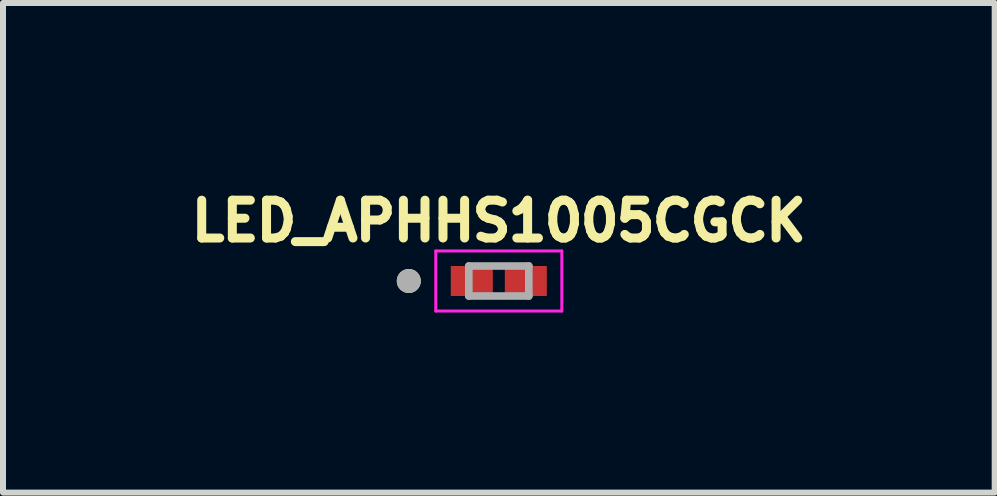
<source format=kicad_pcb>
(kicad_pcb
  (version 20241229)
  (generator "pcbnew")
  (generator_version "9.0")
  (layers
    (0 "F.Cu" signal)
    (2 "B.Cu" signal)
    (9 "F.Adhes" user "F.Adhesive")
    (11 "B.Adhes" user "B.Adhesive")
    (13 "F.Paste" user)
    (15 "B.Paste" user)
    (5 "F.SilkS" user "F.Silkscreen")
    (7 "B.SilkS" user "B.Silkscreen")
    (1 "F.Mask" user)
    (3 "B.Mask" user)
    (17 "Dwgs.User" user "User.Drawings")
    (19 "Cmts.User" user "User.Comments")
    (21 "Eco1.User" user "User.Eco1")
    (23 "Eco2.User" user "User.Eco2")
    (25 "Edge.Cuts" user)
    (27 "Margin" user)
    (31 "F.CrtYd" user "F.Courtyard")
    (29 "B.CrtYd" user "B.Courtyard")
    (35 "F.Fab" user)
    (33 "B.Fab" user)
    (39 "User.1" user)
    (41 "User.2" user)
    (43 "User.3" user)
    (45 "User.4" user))
  (footprint "LED_APHHS1005CGCK"
    (layer "F.Cu")
    (at 5.261 1.632)
    (property "Reference" "LED_APHHS1005CGCK" (at 0 -1 0) (layer "F.SilkS") (effects (font (size 0.63 0.63) (thickness 0.15))))
    (attr smd)
    (fp_poly (pts (xy -0.85 -0.3) (xy -0.05 -0.3) (xy -0.05 0.3) (xy -0.85 0.3)) (stroke (width 0.01) (type solid)) (fill yes) (layer "F.Mask"))
    (fp_poly (pts (xy 0.05 -0.3) (xy 0.85 -0.3) (xy 0.85 0.3) (xy 0.05 0.3)) (stroke (width 0.01) (type solid)) (fill yes) (layer "F.Mask"))
    (fp_circle (center -1.5 0) (end -1.4 0) (stroke (width 0.2) (type solid)) (fill no) (layer "F.SilkS"))
    (fp_line (start -1.05 -0.5) (end -1.05 0.5) (stroke (width 0.05) (type solid)) (layer "F.CrtYd"))
    (fp_line (start -1.05 0.5) (end 1.05 0.5) (stroke (width 0.05) (type solid)) (layer "F.CrtYd"))
    (fp_line (start 1.05 -0.5) (end -1.05 -0.5) (stroke (width 0.05) (type solid)) (layer "F.CrtYd"))
    (fp_line (start 1.05 0.5) (end 1.05 -0.5) (stroke (width 0.05) (type solid)) (layer "F.CrtYd"))
    (fp_line (start -0.5 -0.25) (end 0.5 -0.25) (stroke (width 0.127) (type solid)) (layer "F.Fab"))
    (fp_line (start -0.5 0.25) (end -0.5 -0.25) (stroke (width 0.127) (type solid)) (layer "F.Fab"))
    (fp_line (start 0.5 -0.25) (end 0.5 0.25) (stroke (width 0.127) (type solid)) (layer "F.Fab"))
    (fp_line (start 0.5 0.25) (end -0.5 0.25) (stroke (width 0.127) (type solid)) (layer "F.Fab"))
    (fp_circle (center -1.5 0) (end -1.4 0) (stroke (width 0.2) (type solid)) (fill no) (layer "F.Fab"))
    (pad "1" smd rect (at -0.45 0) (size 0.7 0.5) (layers "F.Cu" "F.Paste"))
    (pad "2" smd rect (at 0.45 0) (size 0.7 0.5) (layers "F.Cu" "F.Paste")))
  (gr_rect
    (start -3 -3)
    (end 13.523 5.157)
    (stroke (width 0.1) (type default))
    (fill no)
    (layer "Edge.Cuts")))
</source>
